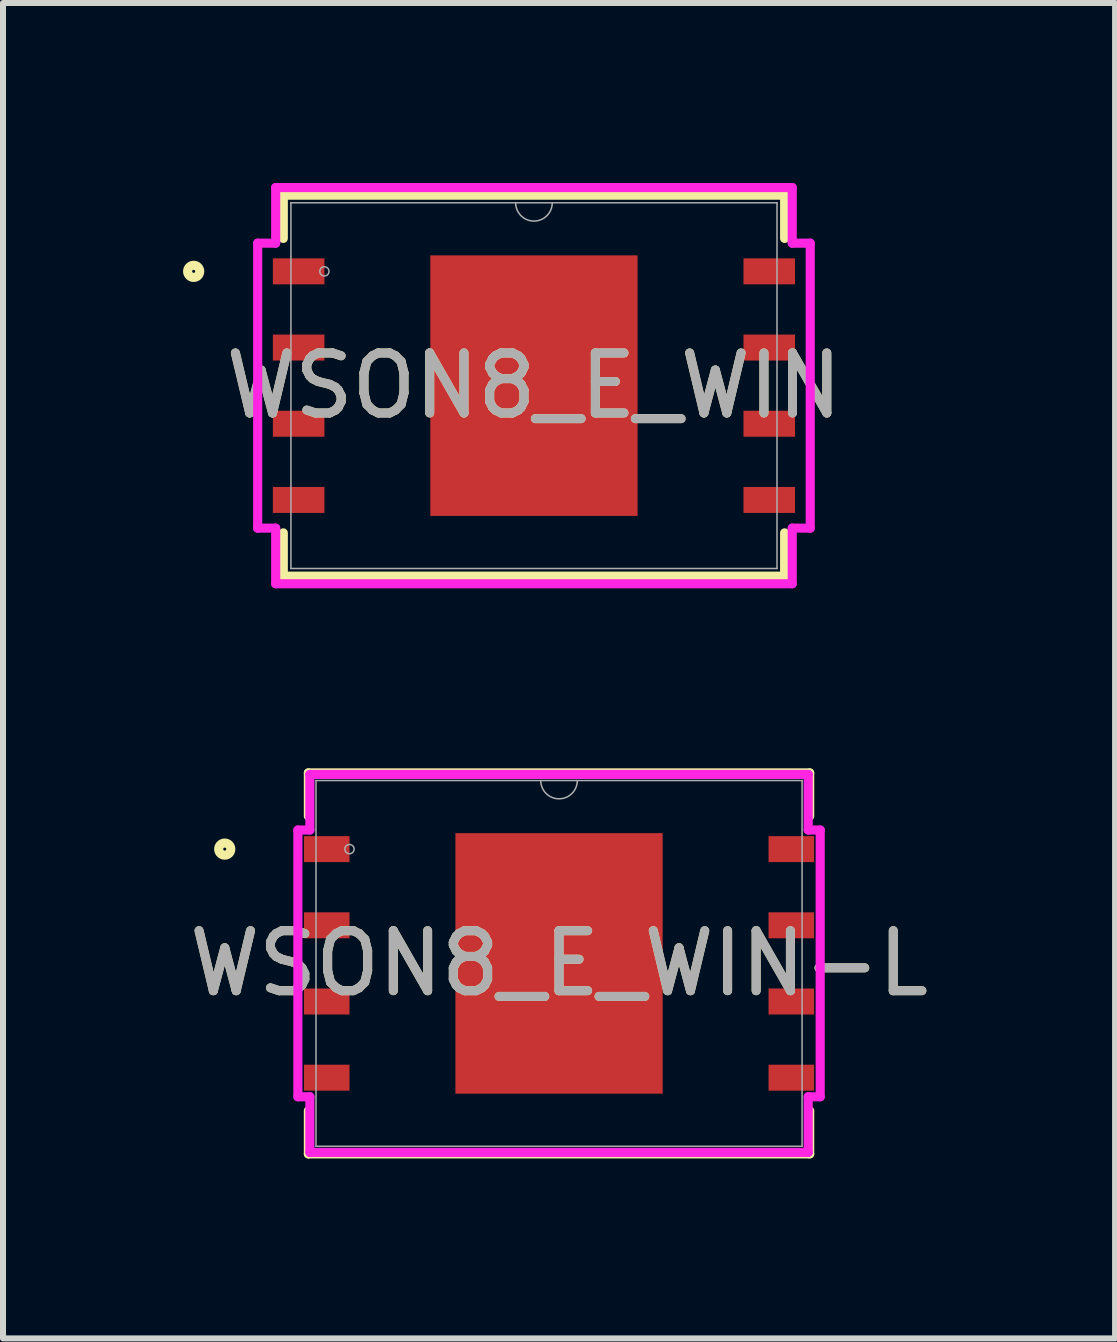
<source format=kicad_pcb>
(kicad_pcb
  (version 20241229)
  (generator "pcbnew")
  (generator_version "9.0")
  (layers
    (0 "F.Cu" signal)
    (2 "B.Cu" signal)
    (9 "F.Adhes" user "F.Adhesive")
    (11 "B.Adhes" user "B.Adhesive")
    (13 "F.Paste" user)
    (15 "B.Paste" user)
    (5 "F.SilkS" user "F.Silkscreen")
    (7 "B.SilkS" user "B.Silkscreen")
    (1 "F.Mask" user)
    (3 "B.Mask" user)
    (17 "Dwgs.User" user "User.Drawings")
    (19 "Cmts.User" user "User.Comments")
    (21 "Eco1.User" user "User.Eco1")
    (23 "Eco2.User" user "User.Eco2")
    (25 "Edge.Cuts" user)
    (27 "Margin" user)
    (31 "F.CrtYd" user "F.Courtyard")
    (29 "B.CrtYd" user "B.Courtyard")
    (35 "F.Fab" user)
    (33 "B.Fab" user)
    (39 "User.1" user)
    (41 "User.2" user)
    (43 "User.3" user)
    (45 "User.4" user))
  (footprint "WSON8_E_WIN"
    (layer "F.Cu")
    (at 5.85 3.378)
    (property "Reference" "WSON8_E_WIN" (at 0 0 0) (unlocked yes) (layer "F.SilkS") (effects (font (size 1 1) (thickness 0.15))))
    (attr smd)
    (fp_line (start -4.178 -3.175) (end -4.178 -2.454) (stroke (width 0.152) (type solid)) (layer "F.SilkS"))
    (fp_line (start -4.178 2.454) (end -4.178 3.175) (stroke (width 0.152) (type solid)) (layer "F.SilkS"))
    (fp_line (start -4.178 3.175) (end 4.178 3.175) (stroke (width 0.152) (type solid)) (layer "F.SilkS"))
    (fp_line (start 4.178 -3.175) (end -4.178 -3.175) (stroke (width 0.152) (type solid)) (layer "F.SilkS"))
    (fp_line (start 4.178 -2.454) (end 4.178 -3.175) (stroke (width 0.152) (type solid)) (layer "F.SilkS"))
    (fp_line (start 4.178 3.175) (end 4.178 2.454) (stroke (width 0.152) (type solid)) (layer "F.SilkS"))
    (fp_circle (center -5.672 -1.905) (end -5.571 -1.905) (stroke (width 0.152) (type solid)) (fill no) (layer "F.SilkS"))
    (fp_poly (pts (xy -1.627 -2.072) (xy -1.627 -0.824) (xy -0.1 -0.824) (xy -0.1 -2.072)) (stroke (width 0) (type solid)) (fill yes) (layer "F.Paste"))
    (fp_poly (pts (xy -1.627 -0.624) (xy -1.627 0.624) (xy -0.1 0.624) (xy -0.1 -0.624)) (stroke (width 0) (type solid)) (fill yes) (layer "F.Paste"))
    (fp_poly (pts (xy -1.627 0.824) (xy -1.627 2.072) (xy -0.1 2.072) (xy -0.1 0.824)) (stroke (width 0) (type solid)) (fill yes) (layer "F.Paste"))
    (fp_poly (pts (xy 0.1 -2.072) (xy 0.1 -0.824) (xy 1.627 -0.824) (xy 1.627 -2.072)) (stroke (width 0) (type solid)) (fill yes) (layer "F.Paste"))
    (fp_poly (pts (xy 0.1 -0.624) (xy 0.1 0.624) (xy 1.627 0.624) (xy 1.627 -0.624)) (stroke (width 0) (type solid)) (fill yes) (layer "F.Paste"))
    (fp_poly (pts (xy 0.1 0.824) (xy 0.1 2.072) (xy 1.627 2.072) (xy 1.627 0.824)) (stroke (width 0) (type solid)) (fill yes) (layer "F.Paste"))
    (fp_line (start -4.605 -2.375) (end -4.305 -2.375) (stroke (width 0.152) (type solid)) (layer "F.CrtYd"))
    (fp_line (start -4.605 2.375) (end -4.605 -2.375) (stroke (width 0.152) (type solid)) (layer "F.CrtYd"))
    (fp_line (start -4.605 2.375) (end -4.305 2.375) (stroke (width 0.152) (type solid)) (layer "F.CrtYd"))
    (fp_line (start -4.305 -3.302) (end 4.305 -3.302) (stroke (width 0.152) (type solid)) (layer "F.CrtYd"))
    (fp_line (start -4.305 -2.375) (end -4.305 -3.302) (stroke (width 0.152) (type solid)) (layer "F.CrtYd"))
    (fp_line (start -4.305 3.302) (end -4.305 2.375) (stroke (width 0.152) (type solid)) (layer "F.CrtYd"))
    (fp_line (start 4.305 -3.302) (end 4.305 -2.375) (stroke (width 0.152) (type solid)) (layer "F.CrtYd"))
    (fp_line (start 4.305 2.375) (end 4.305 3.302) (stroke (width 0.152) (type solid)) (layer "F.CrtYd"))
    (fp_line (start 4.305 3.302) (end -4.305 3.302) (stroke (width 0.152) (type solid)) (layer "F.CrtYd"))
    (fp_line (start 4.605 -2.375) (end 4.305 -2.375) (stroke (width 0.152) (type solid)) (layer "F.CrtYd"))
    (fp_line (start 4.605 -2.375) (end 4.605 2.375) (stroke (width 0.152) (type solid)) (layer "F.CrtYd"))
    (fp_line (start 4.605 2.375) (end 4.305 2.375) (stroke (width 0.152) (type solid)) (layer "F.CrtYd"))
    (fp_line (start -4.051 -3.048) (end -4.051 3.048) (stroke (width 0.025) (type solid)) (layer "F.Fab"))
    (fp_line (start -4.051 3.048) (end 4.051 3.048) (stroke (width 0.025) (type solid)) (layer "F.Fab"))
    (fp_line (start 4.051 -3.048) (end -4.051 -3.048) (stroke (width 0.025) (type solid)) (layer "F.Fab"))
    (fp_line (start 4.051 3.048) (end 4.051 -3.048) (stroke (width 0.025) (type solid)) (layer "F.Fab"))
    (fp_arc (start 0.3048 -3.048) (mid 0 -2.7432) (end -0.3048 -3.048) (stroke (width 0.0254) (type solid)) (layer "F.Fab"))
    (fp_circle (center -3.493 -1.905) (end -3.416 -1.905) (stroke (width 0.025) (type solid)) (fill no) (layer "F.Fab"))
    (fp_text user "${REFERENCE}" (at 0 0 0) (unlocked yes) (layer "F.Fab") (effects (font (size 1 1) (thickness 0.15))))
    (pad "1" smd rect (at -3.922 -1.905) (size 0.859 0.433) (layers "F.Cu" "F.Mask" "F.Paste"))
    (pad "2" smd rect (at -3.922 -0.635) (size 0.859 0.433) (layers "F.Cu" "F.Mask" "F.Paste"))
    (pad "3" smd rect (at -3.922 0.635) (size 0.859 0.433) (layers "F.Cu" "F.Mask" "F.Paste"))
    (pad "4" smd rect (at -3.922 1.905) (size 0.859 0.433) (layers "F.Cu" "F.Mask" "F.Paste"))
    (pad "5" smd rect (at 3.922 1.905) (size 0.859 0.433) (layers "F.Cu" "F.Mask" "F.Paste"))
    (pad "6" smd rect (at 3.922 0.635) (size 0.859 0.433) (layers "F.Cu" "F.Mask" "F.Paste"))
    (pad "7" smd rect (at 3.922 -0.635) (size 0.859 0.433) (layers "F.Cu" "F.Mask" "F.Paste"))
    (pad "8" smd rect (at 3.922 -1.905) (size 0.859 0.433) (layers "F.Cu" "F.Mask" "F.Paste"))
    (pad "9" smd rect (at 0 0) (size 3.454 4.343) (layers "F.Cu" "F.Mask" "F.Paste")))
  (footprint "WSON8_E_WIN-L"
    (layer "F.Cu")
    (at 6.268 13.008)
    (property "Reference" "WSON8_E_WIN-L" (at 0 0 0) (unlocked yes) (layer "F.SilkS") (effects (font (size 1 1) (thickness 0.15))))
    (attr smd)
    (fp_line (start -4.178 -3.175) (end -4.178 -2.454) (stroke (width 0.152) (type solid)) (layer "F.SilkS"))
    (fp_line (start -4.178 2.454) (end -4.178 3.175) (stroke (width 0.152) (type solid)) (layer "F.SilkS"))
    (fp_line (start -4.178 3.175) (end 4.178 3.175) (stroke (width 0.152) (type solid)) (layer "F.SilkS"))
    (fp_line (start 4.178 -3.175) (end -4.178 -3.175) (stroke (width 0.152) (type solid)) (layer "F.SilkS"))
    (fp_line (start 4.178 -2.454) (end 4.178 -3.175) (stroke (width 0.152) (type solid)) (layer "F.SilkS"))
    (fp_line (start 4.178 3.175) (end 4.178 2.454) (stroke (width 0.152) (type solid)) (layer "F.SilkS"))
    (fp_circle (center -5.572 -1.905) (end -5.471 -1.905) (stroke (width 0.152) (type solid)) (fill no) (layer "F.SilkS"))
    (fp_poly (pts (xy -1.627 -2.072) (xy -1.627 -0.824) (xy -0.1 -0.824) (xy -0.1 -2.072)) (stroke (width 0) (type solid)) (fill yes) (layer "F.Paste"))
    (fp_poly (pts (xy -1.627 -0.624) (xy -1.627 0.624) (xy -0.1 0.624) (xy -0.1 -0.624)) (stroke (width 0) (type solid)) (fill yes) (layer "F.Paste"))
    (fp_poly (pts (xy -1.627 0.824) (xy -1.627 2.072) (xy -0.1 2.072) (xy -0.1 0.824)) (stroke (width 0) (type solid)) (fill yes) (layer "F.Paste"))
    (fp_poly (pts (xy 0.1 -2.072) (xy 0.1 -0.824) (xy 1.627 -0.824) (xy 1.627 -2.072)) (stroke (width 0) (type solid)) (fill yes) (layer "F.Paste"))
    (fp_poly (pts (xy 0.1 -0.624) (xy 0.1 0.624) (xy 1.627 0.624) (xy 1.627 -0.624)) (stroke (width 0) (type solid)) (fill yes) (layer "F.Paste"))
    (fp_poly (pts (xy 0.1 0.824) (xy 0.1 2.072) (xy 1.627 2.072) (xy 1.627 0.824)) (stroke (width 0) (type solid)) (fill yes) (layer "F.Paste"))
    (fp_line (start -4.353 -2.223) (end -4.153 -2.223) (stroke (width 0.152) (type solid)) (layer "F.CrtYd"))
    (fp_line (start -4.353 2.223) (end -4.353 -2.223) (stroke (width 0.152) (type solid)) (layer "F.CrtYd"))
    (fp_line (start -4.353 2.223) (end -4.153 2.223) (stroke (width 0.152) (type solid)) (layer "F.CrtYd"))
    (fp_line (start -4.153 -3.15) (end 4.153 -3.15) (stroke (width 0.152) (type solid)) (layer "F.CrtYd"))
    (fp_line (start -4.153 -2.223) (end -4.153 -3.15) (stroke (width 0.152) (type solid)) (layer "F.CrtYd"))
    (fp_line (start -4.153 3.15) (end -4.153 2.223) (stroke (width 0.152) (type solid)) (layer "F.CrtYd"))
    (fp_line (start 4.153 -3.15) (end 4.153 -2.223) (stroke (width 0.152) (type solid)) (layer "F.CrtYd"))
    (fp_line (start 4.153 2.223) (end 4.153 3.15) (stroke (width 0.152) (type solid)) (layer "F.CrtYd"))
    (fp_line (start 4.153 3.15) (end -4.153 3.15) (stroke (width 0.152) (type solid)) (layer "F.CrtYd"))
    (fp_line (start 4.353 -2.223) (end 4.153 -2.223) (stroke (width 0.152) (type solid)) (layer "F.CrtYd"))
    (fp_line (start 4.353 -2.223) (end 4.353 2.223) (stroke (width 0.152) (type solid)) (layer "F.CrtYd"))
    (fp_line (start 4.353 2.223) (end 4.153 2.223) (stroke (width 0.152) (type solid)) (layer "F.CrtYd"))
    (fp_line (start -4.051 -3.048) (end -4.051 3.048) (stroke (width 0.025) (type solid)) (layer "F.Fab"))
    (fp_line (start -4.051 3.048) (end 4.051 3.048) (stroke (width 0.025) (type solid)) (layer "F.Fab"))
    (fp_line (start 4.051 -3.048) (end -4.051 -3.048) (stroke (width 0.025) (type solid)) (layer "F.Fab"))
    (fp_line (start 4.051 3.048) (end 4.051 -3.048) (stroke (width 0.025) (type solid)) (layer "F.Fab"))
    (fp_arc (start 0.3048 -3.048) (mid 0 -2.7432) (end -0.3048 -3.048) (stroke (width 0.0254) (type solid)) (layer "F.Fab"))
    (fp_circle (center -3.493 -1.905) (end -3.416 -1.905) (stroke (width 0.025) (type solid)) (fill no) (layer "F.Fab"))
    (fp_text user "${REFERENCE}" (at 0 0 0) (unlocked yes) (layer "F.Fab") (effects (font (size 1 1) (thickness 0.15))))
    (pad "1" smd rect (at -3.872 -1.905) (size 0.759 0.433) (layers "F.Cu" "F.Mask" "F.Paste"))
    (pad "2" smd rect (at -3.872 -0.635) (size 0.759 0.433) (layers "F.Cu" "F.Mask" "F.Paste"))
    (pad "3" smd rect (at -3.872 0.635) (size 0.759 0.433) (layers "F.Cu" "F.Mask" "F.Paste"))
    (pad "4" smd rect (at -3.872 1.905) (size 0.759 0.433) (layers "F.Cu" "F.Mask" "F.Paste"))
    (pad "5" smd rect (at 3.872 1.905) (size 0.759 0.433) (layers "F.Cu" "F.Mask" "F.Paste"))
    (pad "6" smd rect (at 3.872 0.635) (size 0.759 0.433) (layers "F.Cu" "F.Mask" "F.Paste"))
    (pad "7" smd rect (at 3.872 -0.635) (size 0.759 0.433) (layers "F.Cu" "F.Mask" "F.Paste"))
    (pad "8" smd rect (at 3.872 -1.905) (size 0.759 0.433) (layers "F.Cu" "F.Mask" "F.Paste"))
    (pad "9" smd rect (at 0 0) (size 3.454 4.343) (layers "F.Cu" "F.Mask" "F.Paste")))
  (gr_rect
    (start -3 -3)
    (end 15.536 19.259)
    (stroke (width 0.1) (type default))
    (fill no)
    (layer "Edge.Cuts")))
</source>
